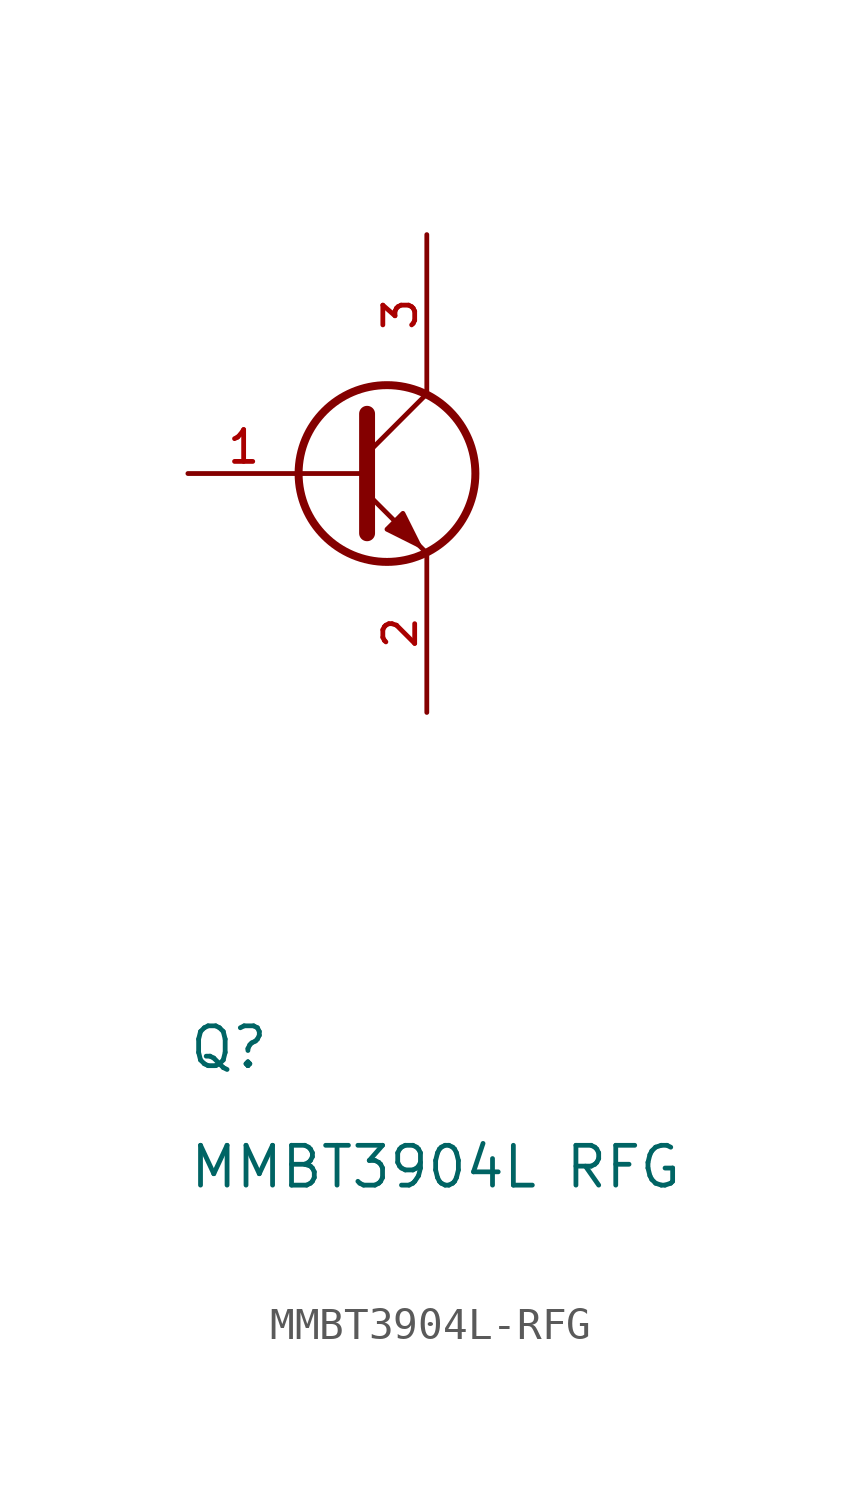
<source format=kicad_sym>
(kicad_symbol_lib
  (version 20241209)
  (generator "kicad_symbol_editor")
  (generator_version "9.0")
  (symbol "MMBT3904L-RFG"
    (pin_names
      (hide yes))
    (property "Reference" "Q"
      (at 0 -19.05 0)
      (effects (font (size 1.27 1.27)) (justify left bottom)))
    (property "Value" "MMBT3904L RFG"
      (at 0 -22.86 0)
      (effects (font (size 1.27 1.27)) (justify left bottom)))
    (symbol "MMBT3904L-RFG_0_1"
      (polyline (pts (xy 5.715 1.905) (xy 5.715 -1.905) (xy 5.715 -1.905)) (stroke (width 0.508) (type default)) (fill (type none)))
      (polyline (pts (xy 5.715 0.635) (xy 7.62 2.54)) (stroke (width 0) (type default)) (fill (type none)))
      (polyline (pts (xy 5.715 0) (xy 3.556 0)) (stroke (width 0) (type default)) (fill (type none)))
      (polyline (pts (xy 5.715 -0.635) (xy 7.62 -2.54) (xy 7.62 -2.54)) (stroke (width 0) (type default)) (fill (type none)))
      (circle (center 6.35 0) (radius 2.819) (stroke (width 0.254) (type default)) (fill (type none)))
      (polyline (pts (xy 6.35 -1.778) (xy 6.858 -1.27) (xy 7.366 -2.286) (xy 6.35 -1.778) (xy 6.35 -1.778)) (stroke (width 0) (type default)) (fill (type outline))))
    (symbol "MMBT3904L-RFG_1_1"
      (pin input line (at 0 0 0) (length 3.556) (name "B" (effects (font (size 1.27 1.27)))) (number "1" (effects (font (size 1.016 1.016)))))
      (pin passive line (at 7.62 7.62 270) (length 5.08) (name "C" (effects (font (size 1.27 1.27)))) (number "3" (effects (font (size 1.016 1.016)))))
      (pin passive line (at 7.62 -7.62 90) (length 5.08) (name "E" (effects (font (size 1.27 1.27)))) (number "2" (effects (font (size 1.016 1.016))))))))
</source>
